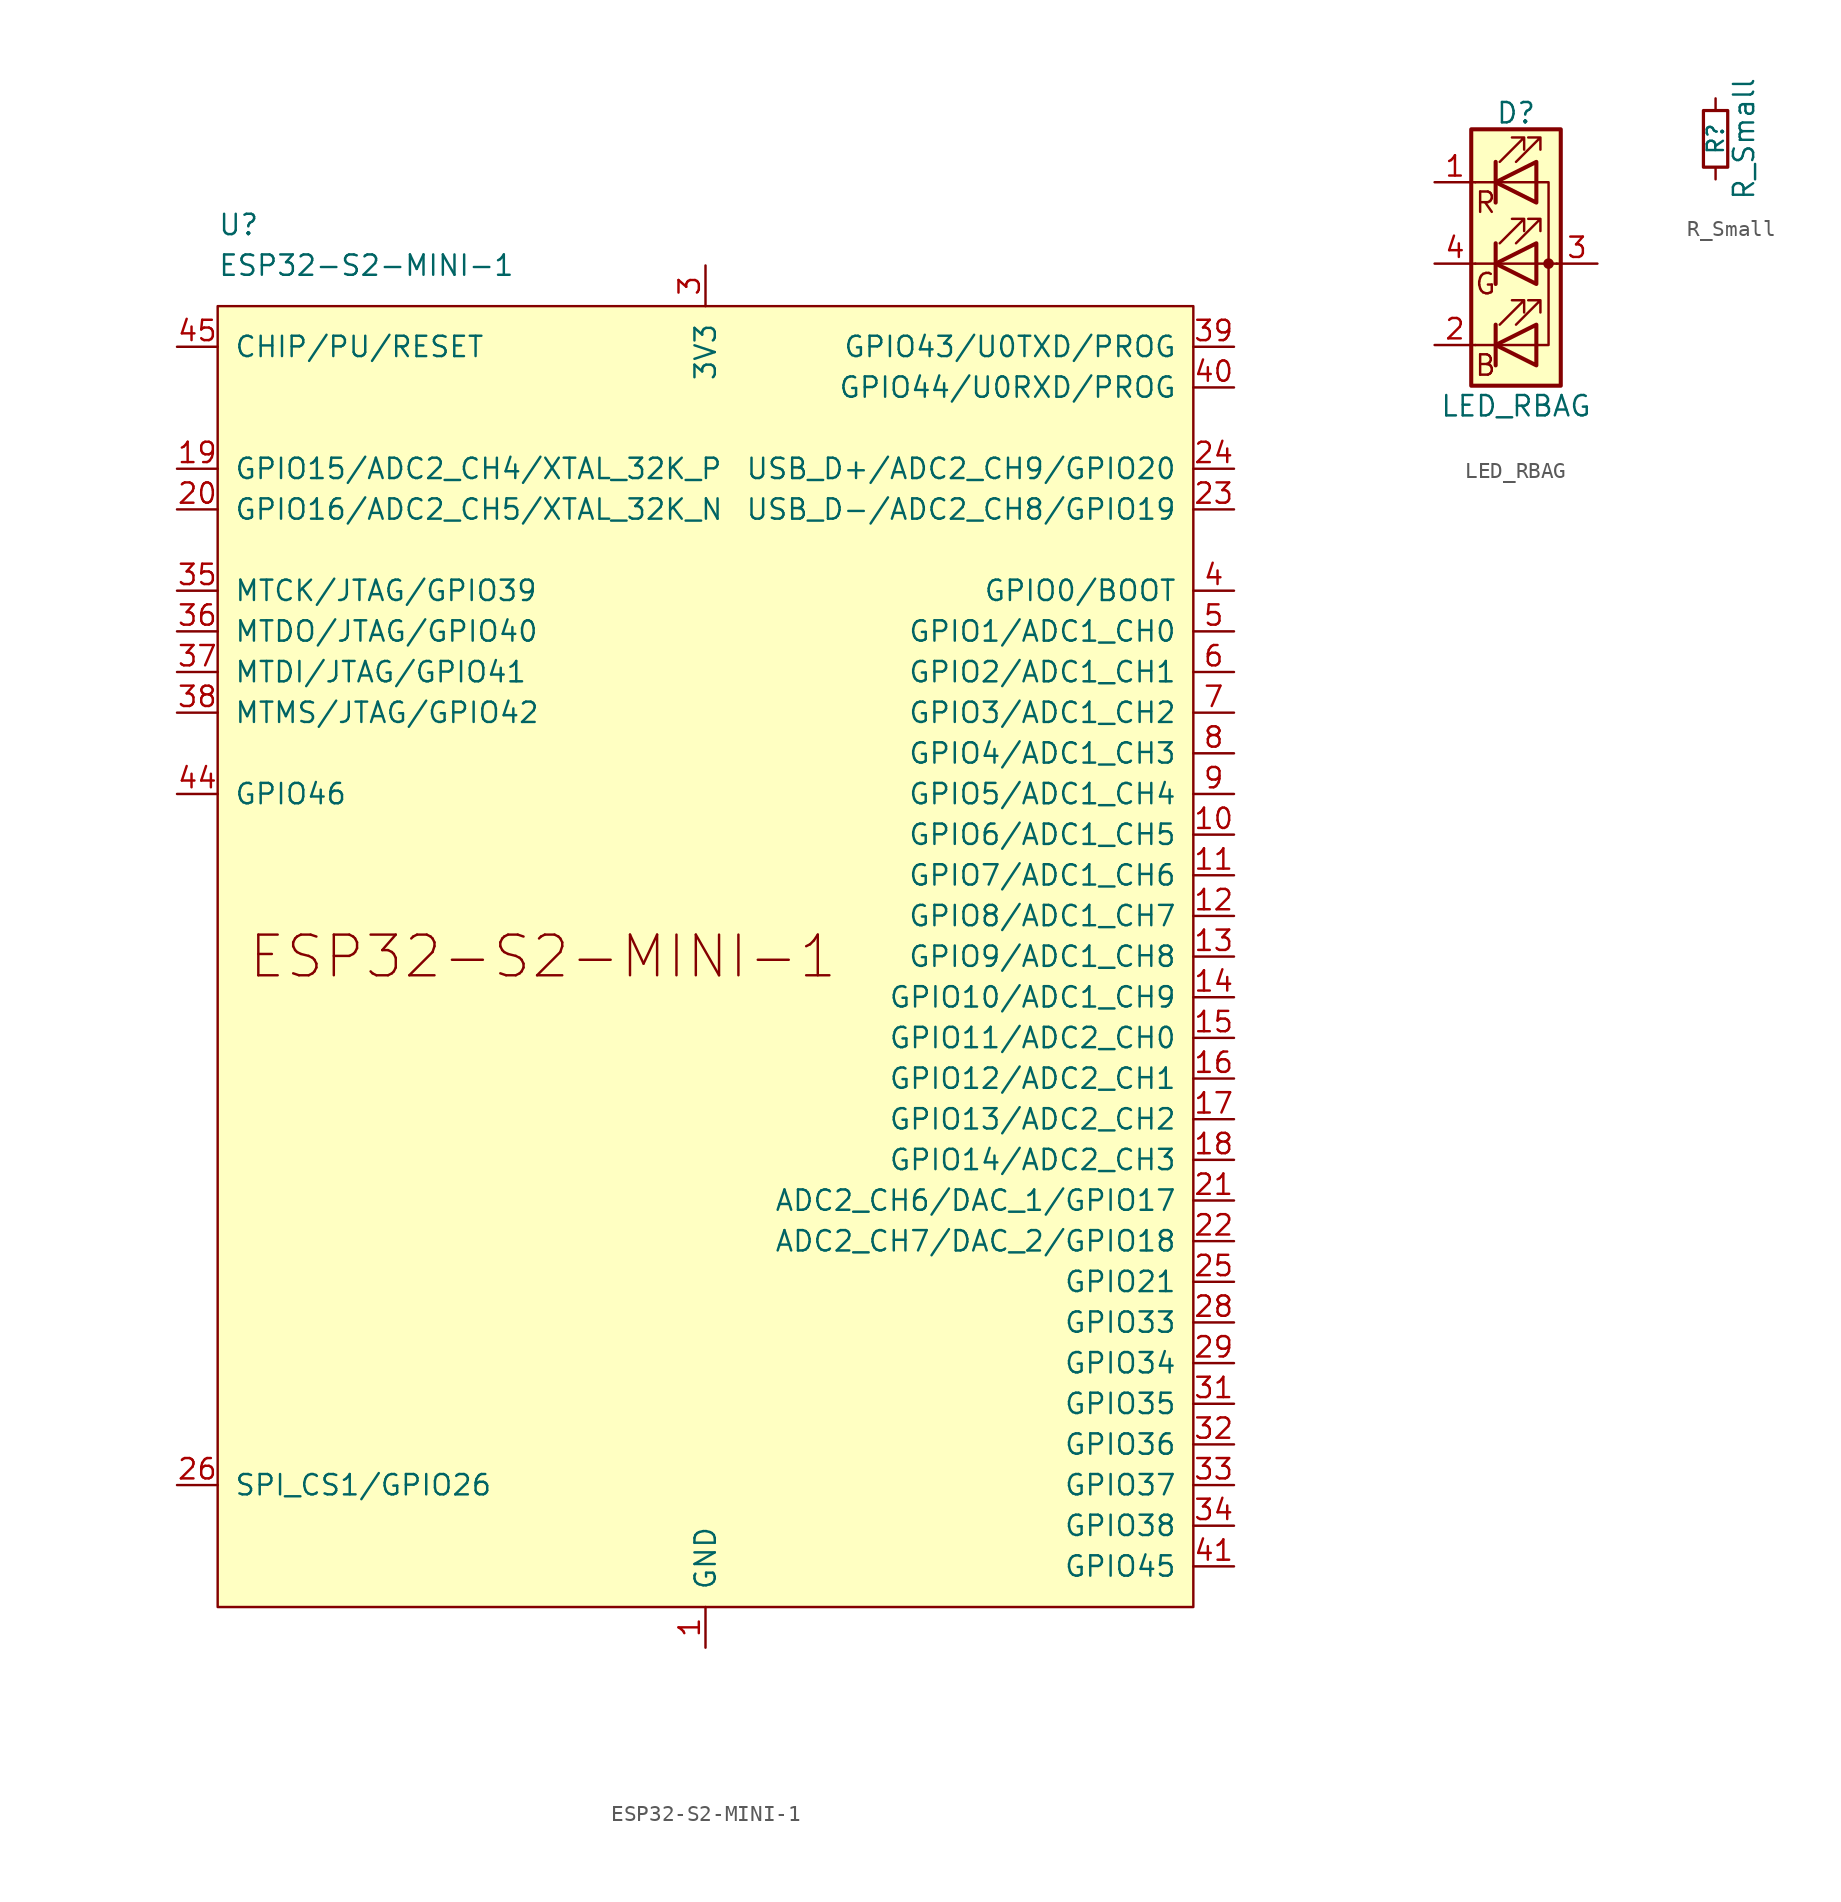
<source format=kicad_sym>
(kicad_symbol_lib
  (version 20241209)
  (generator "kicad_symbol_editor")
  (generator_version "9.0")
  (symbol "ESP32-S2-MINI-1"
    (pin_names
      (offset 1.016))
    (property "Reference" "U"
      (at -30.48 45.72 0)
      (effects (font (size 1.27 1.27)) (justify left)))
    (property "Value" "ESP32-S2-MINI-1"
      (at -30.48 43.18 0)
      (effects (font (size 1.27 1.27)) (justify left)))
    (symbol "ESP32-S2-MINI-1_0_0"
      (pin bidirectional line (at -33.02 38.1 0) (length 2.54) (name "CHIP/PU/RESET" (effects (font (size 1.27 1.27)))) (number "45" (effects (font (size 1.27 1.27)))))
      (pin input line (at -33.02 10.16 0) (length 2.54) (name "GPIO46" (effects (font (size 1.27 1.27)))) (number "44" (effects (font (size 1.27 1.27)))))
      (pin power_in line (at 0 -43.18 90) (length 2.54) (name "GND" (effects (font (size 1.27 1.27)))) (number "1" (effects (font (size 1.27 1.27)))))
      (pin passive line (at 0 -43.18 90) (length 2.54) (hide yes) (name "GND" (effects (font (size 1.27 1.27)))) (number "43" (effects (font (size 1.27 1.27)))))
      (pin passive line (at 0 -43.18 90) (length 2.54) (hide yes) (name "GND" (effects (font (size 1.27 1.27)))) (number "46" (effects (font (size 1.27 1.27)))))
      (pin passive line (at 0 -43.18 90) (length 2.54) (hide yes) (name "GND" (effects (font (size 1.27 1.27)))) (number "47" (effects (font (size 1.27 1.27)))))
      (pin passive line (at 0 -43.18 90) (length 2.54) (hide yes) (name "GND" (effects (font (size 1.27 1.27)))) (number "48" (effects (font (size 1.27 1.27)))))
      (pin passive line (at 0 -43.18 90) (length 2.54) (hide yes) (name "GND" (effects (font (size 1.27 1.27)))) (number "49" (effects (font (size 1.27 1.27)))))
      (pin passive line (at 0 -43.18 90) (length 2.54) (hide yes) (name "GND" (effects (font (size 1.27 1.27)))) (number "50" (effects (font (size 1.27 1.27)))))
      (pin passive line (at 0 -43.18 90) (length 2.54) (hide yes) (name "GND" (effects (font (size 1.27 1.27)))) (number "51" (effects (font (size 1.27 1.27)))))
      (pin passive line (at 0 -43.18 90) (length 2.54) (hide yes) (name "GND" (effects (font (size 1.27 1.27)))) (number "52" (effects (font (size 1.27 1.27)))))
      (pin passive line (at 0 -43.18 90) (length 2.54) (hide yes) (name "GND" (effects (font (size 1.27 1.27)))) (number "53" (effects (font (size 1.27 1.27)))))
      (pin passive line (at 0 -43.18 90) (length 2.54) (hide yes) (name "GND" (effects (font (size 1.27 1.27)))) (number "54" (effects (font (size 1.27 1.27)))))
      (pin passive line (at 0 -43.18 90) (length 2.54) (hide yes) (name "GND" (effects (font (size 1.27 1.27)))) (number "55" (effects (font (size 1.27 1.27)))))
      (pin passive line (at 0 -43.18 90) (length 2.54) (hide yes) (name "GND" (effects (font (size 1.27 1.27)))) (number "56" (effects (font (size 1.27 1.27)))))
      (pin passive line (at 0 -43.18 90) (length 2.54) (hide yes) (name "GND" (effects (font (size 1.27 1.27)))) (number "57" (effects (font (size 1.27 1.27)))))
      (pin passive line (at 0 -43.18 90) (length 2.54) (hide yes) (name "GND" (effects (font (size 1.27 1.27)))) (number "58" (effects (font (size 1.27 1.27)))))
      (pin passive line (at 0 -43.18 90) (length 2.54) (hide yes) (name "GND" (effects (font (size 1.27 1.27)))) (number "59" (effects (font (size 1.27 1.27)))))
      (pin passive line (at 0 -43.18 90) (length 2.54) (hide yes) (name "GND" (effects (font (size 1.27 1.27)))) (number "60" (effects (font (size 1.27 1.27)))))
      (pin passive line (at 0 -43.18 90) (length 2.54) (hide yes) (name "GND" (effects (font (size 1.27 1.27)))) (number "61" (effects (font (size 1.27 1.27)))))
      (pin passive line (at 0 -43.18 90) (length 2.54) (hide yes) (name "GND" (effects (font (size 1.27 1.27)))) (number "62" (effects (font (size 1.27 1.27)))))
      (pin passive line (at 0 -43.18 90) (length 2.54) (hide yes) (name "GND" (effects (font (size 1.27 1.27)))) (number "63" (effects (font (size 1.27 1.27)))))
      (pin passive line (at 0 -43.18 90) (length 2.54) (hide yes) (name "GND" (effects (font (size 1.27 1.27)))) (number "64" (effects (font (size 1.27 1.27)))))
      (pin passive line (at 0 -43.18 90) (length 2.54) (hide yes) (name "GND" (effects (font (size 1.27 1.27)))) (number "65" (effects (font (size 1.27 1.27))))))
    (symbol "ESP32-S2-MINI-1_0_1"
      (rectangle (start -30.48 40.64) (end 30.48 -40.64) (stroke (width 0) (type default)) (fill (type background))))
    (symbol "ESP32-S2-MINI-1_1_1"
      (text "ESP32-S2-MINI-1" (at -10.16 0 0) (effects (font (size 2.54 2.54))))
      (pin bidirectional line (at -33.02 30.48 0) (length 2.54) (name "GPIO15/ADC2_CH4/XTAL_32K_P" (effects (font (size 1.27 1.27)))) (number "19" (effects (font (size 1.27 1.27)))))
      (pin bidirectional line (at -33.02 27.94 0) (length 2.54) (name "GPIO16/ADC2_CH5/XTAL_32K_N" (effects (font (size 1.27 1.27)))) (number "20" (effects (font (size 1.27 1.27)))))
      (pin bidirectional line (at -33.02 22.86 0) (length 2.54) (name "MTCK/JTAG/GPIO39" (effects (font (size 1.27 1.27)))) (number "35" (effects (font (size 1.27 1.27)))))
      (pin bidirectional line (at -33.02 20.32 0) (length 2.54) (name "MTDO/JTAG/GPIO40" (effects (font (size 1.27 1.27)))) (number "36" (effects (font (size 1.27 1.27)))))
      (pin bidirectional line (at -33.02 17.78 0) (length 2.54) (name "MTDI/JTAG/GPIO41" (effects (font (size 1.27 1.27)))) (number "37" (effects (font (size 1.27 1.27)))))
      (pin bidirectional line (at -33.02 15.24 0) (length 2.54) (name "MTMS/JTAG/GPIO42" (effects (font (size 1.27 1.27)))) (number "38" (effects (font (size 1.27 1.27)))))
      (pin bidirectional line (at -33.02 -33.02 0) (length 2.54) (name "SPI_CS1/GPIO26" (effects (font (size 1.27 1.27)))) (number "26" (effects (font (size 1.27 1.27)))))
      (pin no_connect line (at -30.48 -38.1 0) (length 2.54) (hide yes) (name "NC" (effects (font (size 1.27 1.27)))) (number "27" (effects (font (size 1.27 1.27)))))
      (pin power_in line (at 0 43.18 270) (length 2.54) (name "3V3" (effects (font (size 1.27 1.27)))) (number "3" (effects (font (size 1.27 1.27)))))
      (pin passive line (at 0 -43.18 90) (length 2.54) (hide yes) (name "GND" (effects (font (size 1.27 1.27)))) (number "2" (effects (font (size 1.27 1.27)))))
      (pin passive line (at 0 -43.18 90) (length 2.54) (hide yes) (name "GND" (effects (font (size 1.27 1.27)))) (number "30" (effects (font (size 1.27 1.27)))))
      (pin passive line (at 0 -43.18 90) (length 2.54) (hide yes) (name "GND" (effects (font (size 1.27 1.27)))) (number "42" (effects (font (size 1.27 1.27)))))
      (pin bidirectional line (at 33.02 38.1 180) (length 2.54) (name "GPIO43/U0TXD/PROG" (effects (font (size 1.27 1.27)))) (number "39" (effects (font (size 1.27 1.27)))))
      (pin bidirectional line (at 33.02 35.56 180) (length 2.54) (name "GPIO44/U0RXD/PROG" (effects (font (size 1.27 1.27)))) (number "40" (effects (font (size 1.27 1.27)))))
      (pin bidirectional line (at 33.02 30.48 180) (length 2.54) (name "USB_D+/ADC2_CH9/GPIO20" (effects (font (size 1.27 1.27)))) (number "24" (effects (font (size 1.27 1.27)))))
      (pin bidirectional line (at 33.02 27.94 180) (length 2.54) (name "USB_D-/ADC2_CH8/GPIO19" (effects (font (size 1.27 1.27)))) (number "23" (effects (font (size 1.27 1.27)))))
      (pin bidirectional line (at 33.02 22.86 180) (length 2.54) (name "GPIO0/BOOT" (effects (font (size 1.27 1.27)))) (number "4" (effects (font (size 1.27 1.27)))))
      (pin bidirectional line (at 33.02 20.32 180) (length 2.54) (name "GPIO1/ADC1_CH0" (effects (font (size 1.27 1.27)))) (number "5" (effects (font (size 1.27 1.27)))))
      (pin bidirectional line (at 33.02 17.78 180) (length 2.54) (name "GPIO2/ADC1_CH1" (effects (font (size 1.27 1.27)))) (number "6" (effects (font (size 1.27 1.27)))))
      (pin bidirectional line (at 33.02 15.24 180) (length 2.54) (name "GPIO3/ADC1_CH2" (effects (font (size 1.27 1.27)))) (number "7" (effects (font (size 1.27 1.27)))))
      (pin bidirectional line (at 33.02 12.7 180) (length 2.54) (name "GPIO4/ADC1_CH3" (effects (font (size 1.27 1.27)))) (number "8" (effects (font (size 1.27 1.27)))))
      (pin bidirectional line (at 33.02 10.16 180) (length 2.54) (name "GPIO5/ADC1_CH4" (effects (font (size 1.27 1.27)))) (number "9" (effects (font (size 1.27 1.27)))))
      (pin bidirectional line (at 33.02 7.62 180) (length 2.54) (name "GPIO6/ADC1_CH5" (effects (font (size 1.27 1.27)))) (number "10" (effects (font (size 1.27 1.27)))))
      (pin bidirectional line (at 33.02 5.08 180) (length 2.54) (name "GPIO7/ADC1_CH6" (effects (font (size 1.27 1.27)))) (number "11" (effects (font (size 1.27 1.27)))))
      (pin bidirectional line (at 33.02 2.54 180) (length 2.54) (name "GPIO8/ADC1_CH7" (effects (font (size 1.27 1.27)))) (number "12" (effects (font (size 1.27 1.27)))))
      (pin bidirectional line (at 33.02 0 180) (length 2.54) (name "GPIO9/ADC1_CH8" (effects (font (size 1.27 1.27)))) (number "13" (effects (font (size 1.27 1.27)))))
      (pin bidirectional line (at 33.02 -2.54 180) (length 2.54) (name "GPIO10/ADC1_CH9" (effects (font (size 1.27 1.27)))) (number "14" (effects (font (size 1.27 1.27)))))
      (pin bidirectional line (at 33.02 -5.08 180) (length 2.54) (name "GPIO11/ADC2_CH0" (effects (font (size 1.27 1.27)))) (number "15" (effects (font (size 1.27 1.27)))))
      (pin bidirectional line (at 33.02 -7.62 180) (length 2.54) (name "GPIO12/ADC2_CH1" (effects (font (size 1.27 1.27)))) (number "16" (effects (font (size 1.27 1.27)))))
      (pin bidirectional line (at 33.02 -10.16 180) (length 2.54) (name "GPIO13/ADC2_CH2" (effects (font (size 1.27 1.27)))) (number "17" (effects (font (size 1.27 1.27)))))
      (pin bidirectional line (at 33.02 -12.7 180) (length 2.54) (name "GPIO14/ADC2_CH3" (effects (font (size 1.27 1.27)))) (number "18" (effects (font (size 1.27 1.27)))))
      (pin bidirectional line (at 33.02 -15.24 180) (length 2.54) (name "ADC2_CH6/DAC_1/GPIO17" (effects (font (size 1.27 1.27)))) (number "21" (effects (font (size 1.27 1.27)))))
      (pin bidirectional line (at 33.02 -17.78 180) (length 2.54) (name "ADC2_CH7/DAC_2/GPIO18" (effects (font (size 1.27 1.27)))) (number "22" (effects (font (size 1.27 1.27)))))
      (pin bidirectional line (at 33.02 -20.32 180) (length 2.54) (name "GPIO21" (effects (font (size 1.27 1.27)))) (number "25" (effects (font (size 1.27 1.27)))))
      (pin bidirectional line (at 33.02 -22.86 180) (length 2.54) (name "GPIO33" (effects (font (size 1.27 1.27)))) (number "28" (effects (font (size 1.27 1.27)))))
      (pin bidirectional line (at 33.02 -25.4 180) (length 2.54) (name "GPIO34" (effects (font (size 1.27 1.27)))) (number "29" (effects (font (size 1.27 1.27)))))
      (pin bidirectional line (at 33.02 -27.94 180) (length 2.54) (name "GPIO35" (effects (font (size 1.27 1.27)))) (number "31" (effects (font (size 1.27 1.27)))))
      (pin bidirectional line (at 33.02 -30.48 180) (length 2.54) (name "GPIO36" (effects (font (size 1.27 1.27)))) (number "32" (effects (font (size 1.27 1.27)))))
      (pin bidirectional line (at 33.02 -33.02 180) (length 2.54) (name "GPIO37" (effects (font (size 1.27 1.27)))) (number "33" (effects (font (size 1.27 1.27)))))
      (pin bidirectional line (at 33.02 -35.56 180) (length 2.54) (name "GPIO38" (effects (font (size 1.27 1.27)))) (number "34" (effects (font (size 1.27 1.27)))))
      (pin bidirectional line (at 33.02 -38.1 180) (length 2.54) (name "GPIO45" (effects (font (size 1.27 1.27)))) (number "41" (effects (font (size 1.27 1.27)))))))
  (symbol "LED_RBAG"
    (pin_names
      (offset 0)
      (hide yes))
    (property "Reference" "D"
      (at 0 9.398 0)
      (effects (font (size 1.27 1.27))))
    (property "Value" "LED_RBAG"
      (at 0 -8.89 0)
      (effects (font (size 1.27 1.27))))
    (symbol "LED_RBAG_0_0"
      (text "R" (at -1.905 3.81 0) (effects (font (size 1.27 1.27))))
      (text "G" (at -1.905 -1.27 0) (effects (font (size 1.27 1.27))))
      (text "B" (at -1.905 -6.35 0) (effects (font (size 1.27 1.27)))))
    (symbol "LED_RBAG_0_1"
      (polyline (pts (xy -1.27 6.35) (xy -1.27 3.81)) (stroke (width 0.254) (type default)) (fill (type none)))
      (polyline (pts (xy -1.27 6.35) (xy -1.27 3.81) (xy -1.27 3.81)) (stroke (width 0) (type default)) (fill (type none)))
      (polyline (pts (xy -1.27 5.08) (xy -2.54 5.08)) (stroke (width 0) (type default)) (fill (type none)))
      (polyline (pts (xy -1.27 5.08) (xy 1.27 5.08)) (stroke (width 0) (type default)) (fill (type none)))
      (polyline (pts (xy -1.27 1.27) (xy -1.27 -1.27)) (stroke (width 0.254) (type default)) (fill (type none)))
      (polyline (pts (xy -1.27 1.27) (xy -1.27 -1.27) (xy -1.27 -1.27)) (stroke (width 0) (type default)) (fill (type none)))
      (polyline (pts (xy -1.27 0) (xy -2.54 0)) (stroke (width 0) (type default)) (fill (type none)))
      (polyline (pts (xy -1.27 -3.81) (xy -1.27 -6.35)) (stroke (width 0.254) (type default)) (fill (type none)))
      (polyline (pts (xy -1.27 -5.08) (xy -2.54 -5.08)) (stroke (width 0) (type default)) (fill (type none)))
      (polyline (pts (xy -1.27 -5.08) (xy 1.27 -5.08)) (stroke (width 0) (type default)) (fill (type none)))
      (polyline (pts (xy -1.016 6.35) (xy 0.508 7.874) (xy -0.254 7.874) (xy 0.508 7.874) (xy 0.508 7.112)) (stroke (width 0) (type default)) (fill (type none)))
      (polyline (pts (xy -1.016 1.27) (xy 0.508 2.794) (xy -0.254 2.794) (xy 0.508 2.794) (xy 0.508 2.032)) (stroke (width 0) (type default)) (fill (type none)))
      (polyline (pts (xy -1.016 -3.81) (xy 0.508 -2.286) (xy -0.254 -2.286) (xy 0.508 -2.286) (xy 0.508 -3.048)) (stroke (width 0) (type default)) (fill (type none)))
      (polyline (pts (xy 0 6.35) (xy 1.524 7.874) (xy 0.762 7.874) (xy 1.524 7.874) (xy 1.524 7.112)) (stroke (width 0) (type default)) (fill (type none)))
      (polyline (pts (xy 0 1.27) (xy 1.524 2.794) (xy 0.762 2.794) (xy 1.524 2.794) (xy 1.524 2.032)) (stroke (width 0) (type default)) (fill (type none)))
      (polyline (pts (xy 0 -3.81) (xy 1.524 -2.286) (xy 0.762 -2.286) (xy 1.524 -2.286) (xy 1.524 -3.048)) (stroke (width 0) (type default)) (fill (type none)))
      (polyline (pts (xy 1.27 6.35) (xy 1.27 3.81) (xy -1.27 5.08) (xy 1.27 6.35)) (stroke (width 0.254) (type default)) (fill (type none)))
      (rectangle (start 1.27 6.35) (end 1.27 6.35) (stroke (width 0) (type default)) (fill (type none)))
      (rectangle (start 1.27 3.81) (end 1.27 6.35) (stroke (width 0) (type default)) (fill (type none)))
      (polyline (pts (xy 1.27 1.27) (xy 1.27 -1.27) (xy -1.27 0) (xy 1.27 1.27)) (stroke (width 0.254) (type default)) (fill (type none)))
      (rectangle (start 1.27 1.27) (end 1.27 1.27) (stroke (width 0) (type default)) (fill (type none)))
      (polyline (pts (xy 1.27 0) (xy -1.27 0)) (stroke (width 0) (type default)) (fill (type none)))
      (polyline (pts (xy 1.27 0) (xy 2.54 0)) (stroke (width 0) (type default)) (fill (type none)))
      (rectangle (start 1.27 -1.27) (end 1.27 1.27) (stroke (width 0) (type default)) (fill (type none)))
      (polyline (pts (xy 1.27 -3.81) (xy 1.27 -6.35) (xy -1.27 -5.08) (xy 1.27 -3.81)) (stroke (width 0.254) (type default)) (fill (type none)))
      (polyline (pts (xy 1.27 -5.08) (xy 2.032 -5.08) (xy 2.032 5.08) (xy 1.27 5.08)) (stroke (width 0) (type default)) (fill (type none)))
      (circle (center 2.032 0) (radius 0.254) (stroke (width 0) (type default)) (fill (type outline)))
      (rectangle (start 2.794 8.382) (end -2.794 -7.62) (stroke (width 0.254) (type default)) (fill (type background))))
    (symbol "LED_RBAG_1_1"
      (pin passive line (at -5.08 5.08 0) (length 2.54) (name "RK" (effects (font (size 1.27 1.27)))) (number "1" (effects (font (size 1.27 1.27)))))
      (pin passive line (at -5.08 0 0) (length 2.54) (name "GK" (effects (font (size 1.27 1.27)))) (number "4" (effects (font (size 1.27 1.27)))))
      (pin passive line (at -5.08 -5.08 0) (length 2.54) (name "BK" (effects (font (size 1.27 1.27)))) (number "2" (effects (font (size 1.27 1.27)))))
      (pin passive line (at 5.08 0 180) (length 2.54) (name "A" (effects (font (size 1.27 1.27)))) (number "3" (effects (font (size 1.27 1.27)))))))
  (symbol "R_Small"
    (pin_numbers
      (hide yes))
    (pin_names
      (offset 0.254)
      (hide yes))
    (property "Reference" "R"
      (at 0 0 90)
      (effects (font (size 1.016 1.016))))
    (property "Value" "R_Small"
      (at 1.778 0 90)
      (effects (font (size 1.27 1.27))))
    (symbol "R_Small_0_1"
      (rectangle (start -0.762 1.778) (end 0.762 -1.778) (stroke (width 0.203) (type default)) (fill (type none))))
    (symbol "R_Small_1_1"
      (pin passive line (at 0 2.54 270) (length 0.762) (name "~" (effects (font (size 1.27 1.27)))) (number "1" (effects (font (size 1.27 1.27)))))
      (pin passive line (at 0 -2.54 90) (length 0.762) (name "~" (effects (font (size 1.27 1.27)))) (number "2" (effects (font (size 1.27 1.27))))))))
</source>
